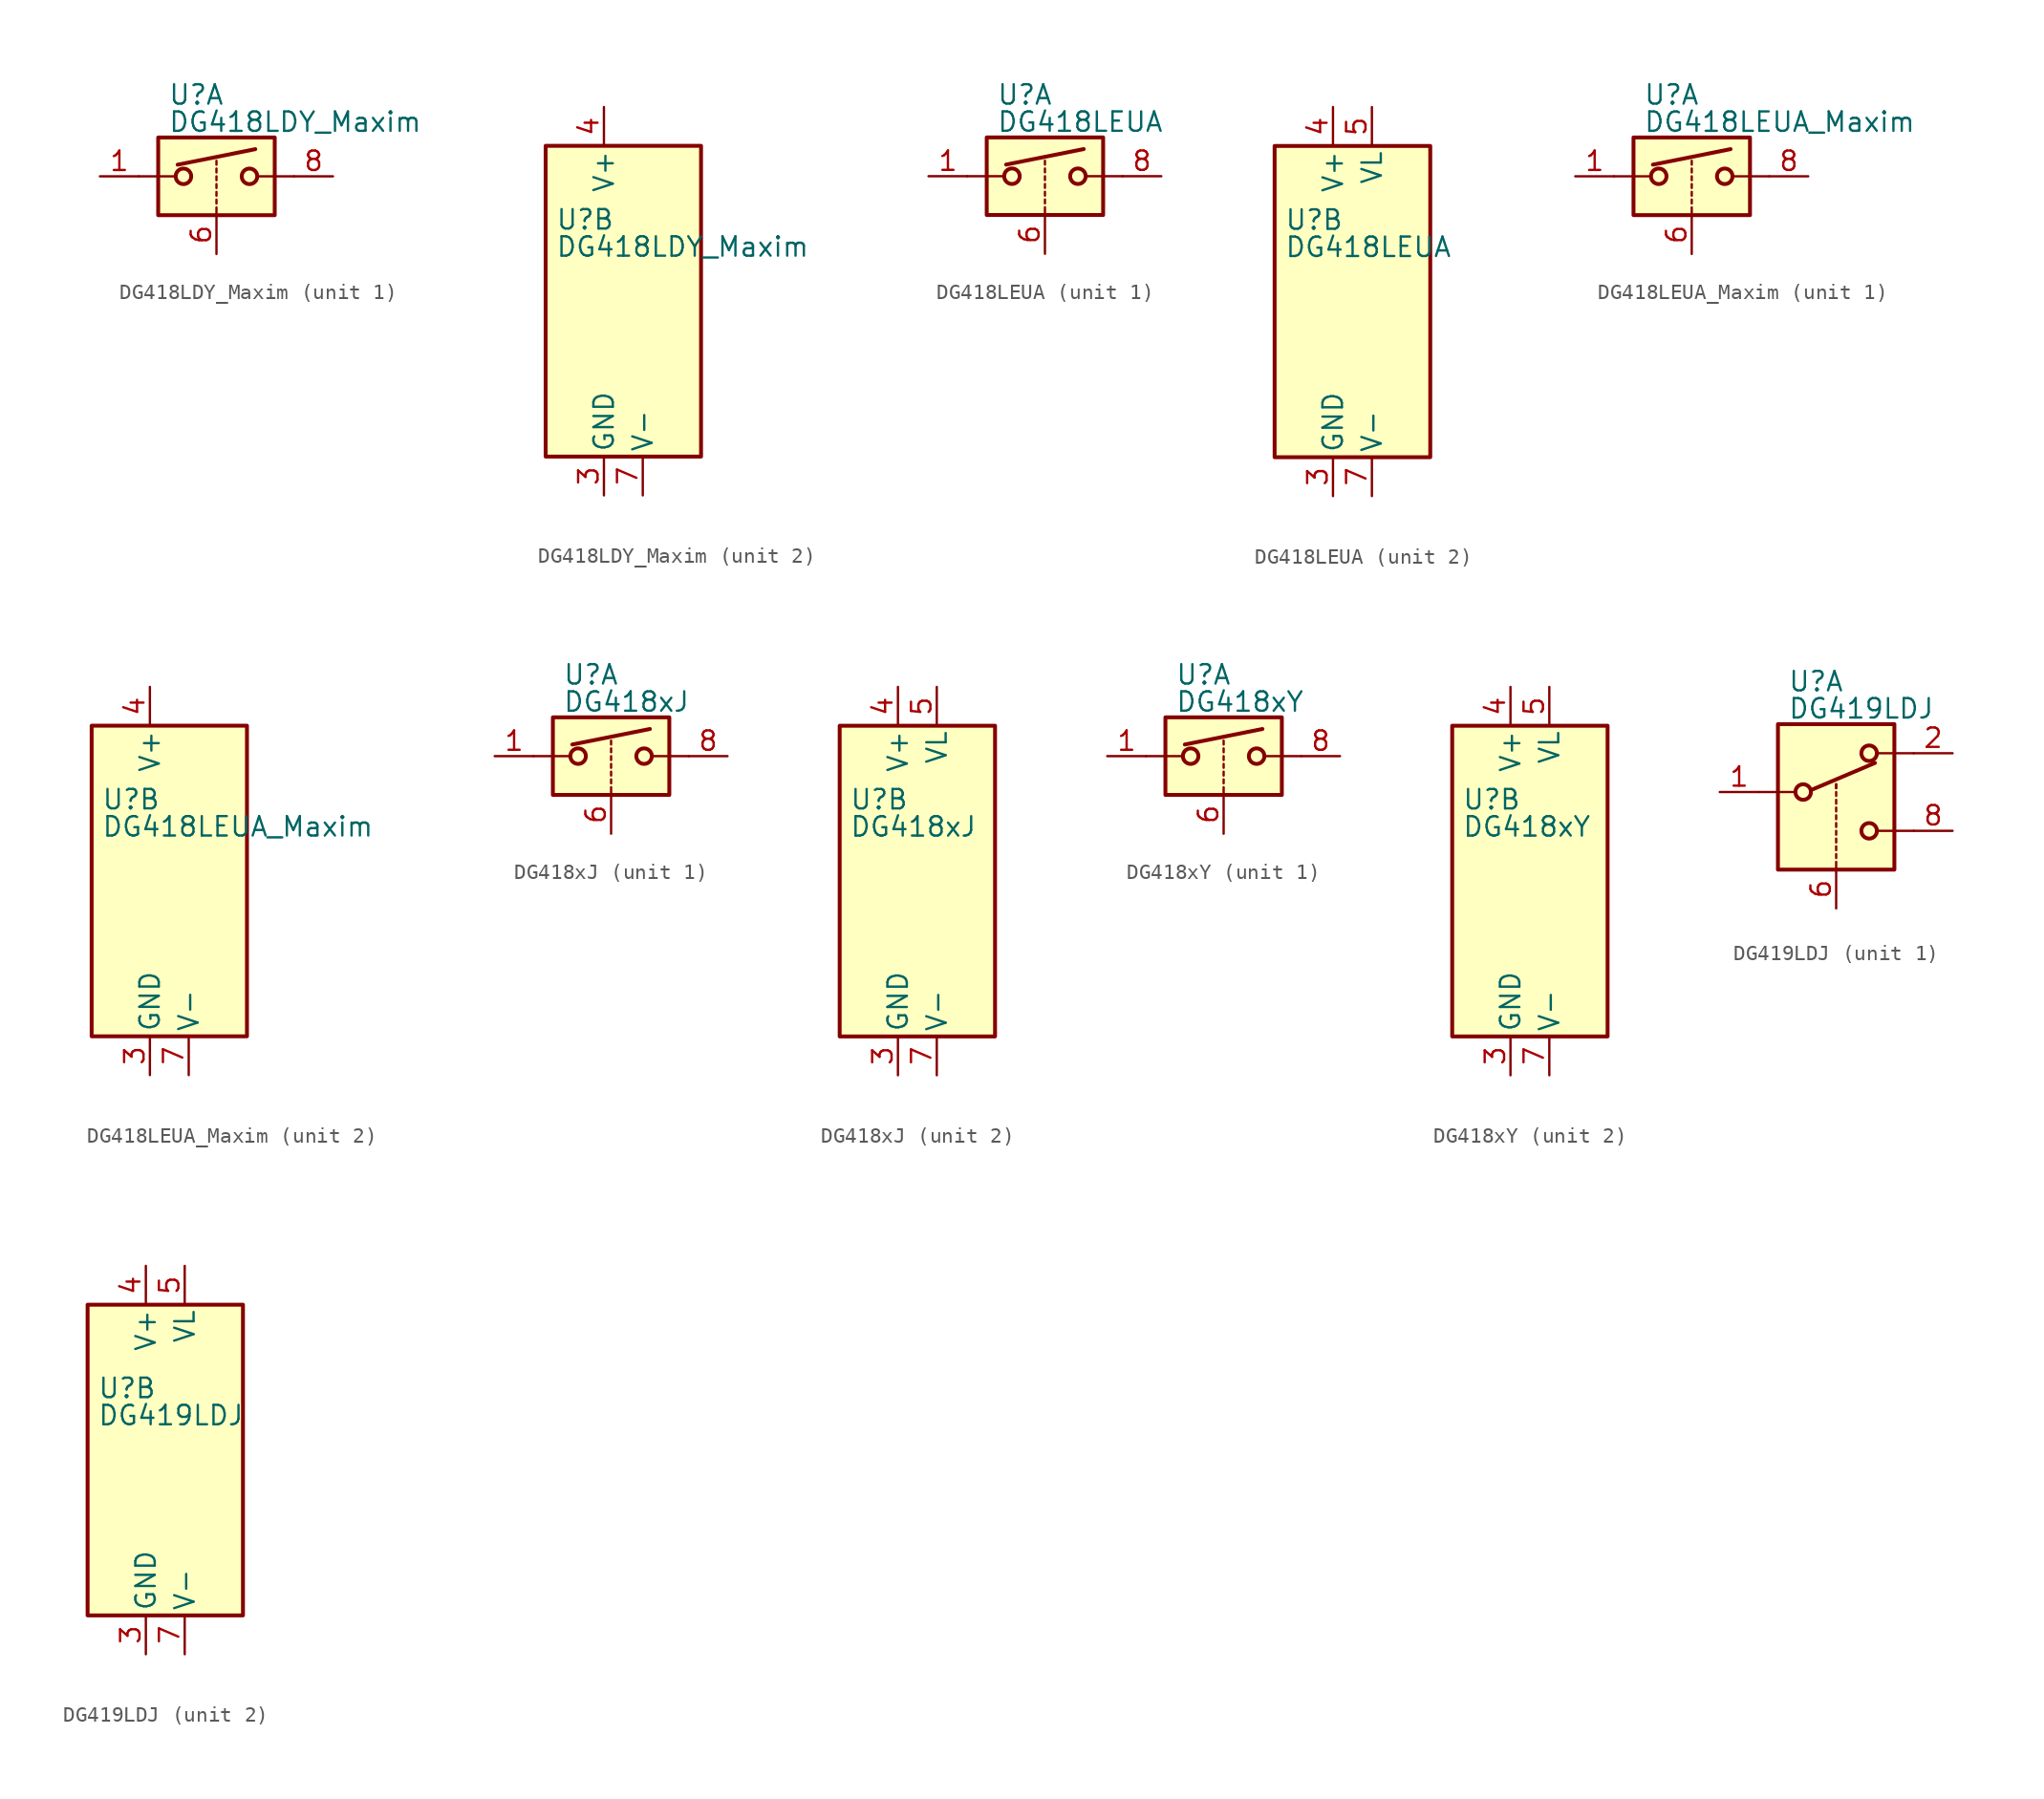
<source format=kicad_sym>
(kicad_symbol_lib
  (version 20200908)
  (generator kicad_symbol_editor)
  (symbol "Analog_Switch:DG418LDY_Maxim"
    (pin_names
      (offset 0.254))
    (property "Reference" "U"
      (at -3.175 5.334 0)
      (effects (font (size 1.27 1.27)) (justify left)))
    (property "Value" "DG418LDY_Maxim"
      (at -3.175 3.556 0)
      (effects (font (size 1.27 1.27)) (justify left)))
    (symbol "DG418LDY_Maxim_1_1"
      (circle (center -2.159 0) (radius 0.508) (stroke (width 0.254)) (fill (type none)))
      (circle (center 2.159 0) (radius 0.508) (stroke (width 0.254)) (fill (type none)))
      (rectangle (start -3.81 2.54) (end 3.81 -2.54) (stroke (width 0.254)) (fill (type background)))
      (polyline (pts (xy -5.08 0) (xy -2.794 0)) (stroke (width 0)) (fill (type none)))
      (polyline (pts (xy -2.54 0.762) (xy 2.54 1.778)) (stroke (width 0.254)) (fill (type none)))
      (polyline (pts (xy 0 -2.54) (xy 0 -2.032)) (stroke (width 0)) (fill (type none)))
      (polyline (pts (xy 0 -1.778) (xy 0 -1.524)) (stroke (width 0)) (fill (type none)))
      (polyline (pts (xy 0 -1.27) (xy 0 -1.016)) (stroke (width 0)) (fill (type none)))
      (polyline (pts (xy 0 -0.762) (xy 0 -0.508)) (stroke (width 0)) (fill (type none)))
      (polyline (pts (xy 0 -0.254) (xy 0 0)) (stroke (width 0)) (fill (type none)))
      (polyline (pts (xy 0 0.254) (xy 0 0.508)) (stroke (width 0)) (fill (type none)))
      (polyline (pts (xy 0 0.762) (xy 0 1.016)) (stroke (width 0)) (fill (type none)))
      (polyline (pts (xy 5.08 0) (xy 2.794 0)) (stroke (width 0)) (fill (type none)))
      (pin passive line (at -7.62 0 0) (length 2.54) (name "~" (effects (font (size 1.27 1.27)))) (number "1" (effects (font (size 1.27 1.27)))))
      (pin input line (at 0 -5.08 90) (length 2.54) (name "~" (effects (font (size 1.27 1.27)))) (number "6" (effects (font (size 1.27 1.27)))))
      (pin passive line (at 7.62 0 180) (length 2.54) (name "~" (effects (font (size 1.27 1.27)))) (number "8" (effects (font (size 1.27 1.27))))))
    (symbol "DG418LDY_Maxim_2_1"
      (rectangle (start -3.81 10.16) (end 6.35 -10.16) (stroke (width 0.254)) (fill (type background))))
    (symbol "DG418LDY_Maxim_2_0"
      (pin unconnected line (at -2.54 10.16 270) (length 2.54) hide (name "NC" (effects (font (size 1.27 1.27)))) (number "2" (effects (font (size 1.27 1.27)))))
      (pin power_in line (at 0 -12.7 90) (length 2.54) (name "GND" (effects (font (size 1.27 1.27)))) (number "3" (effects (font (size 1.27 1.27)))))
      (pin power_in line (at 0 12.7 270) (length 2.54) (name "V+" (effects (font (size 1.27 1.27)))) (number "4" (effects (font (size 1.27 1.27)))))
      (pin unconnected line (at 2.54 10.16 270) (length 2.54) hide (name "NC" (effects (font (size 1.27 1.27)))) (number "5" (effects (font (size 1.27 1.27)))))
      (pin power_in line (at 2.54 -12.7 90) (length 2.54) (name "V-" (effects (font (size 1.27 1.27)))) (number "7" (effects (font (size 1.27 1.27)))))))
  (symbol "Analog_Switch:DG418LEUA"
    (pin_names
      (offset 0.254))
    (property "Reference" "U"
      (at -3.175 5.334 0)
      (effects (font (size 1.27 1.27)) (justify left)))
    (property "Value" "DG418LEUA"
      (at -3.175 3.556 0)
      (effects (font (size 1.27 1.27)) (justify left)))
    (symbol "DG418LEUA_1_1"
      (circle (center -2.159 0) (radius 0.508) (stroke (width 0.254)) (fill (type none)))
      (circle (center 2.159 0) (radius 0.508) (stroke (width 0.254)) (fill (type none)))
      (rectangle (start -3.81 2.54) (end 3.81 -2.54) (stroke (width 0.254)) (fill (type background)))
      (polyline (pts (xy -5.08 0) (xy -2.794 0)) (stroke (width 0)) (fill (type none)))
      (polyline (pts (xy -2.54 0.762) (xy 2.54 1.778)) (stroke (width 0.254)) (fill (type none)))
      (polyline (pts (xy 0 -2.54) (xy 0 -2.032)) (stroke (width 0)) (fill (type none)))
      (polyline (pts (xy 0 -1.778) (xy 0 -1.524)) (stroke (width 0)) (fill (type none)))
      (polyline (pts (xy 0 -1.27) (xy 0 -1.016)) (stroke (width 0)) (fill (type none)))
      (polyline (pts (xy 0 -0.762) (xy 0 -0.508)) (stroke (width 0)) (fill (type none)))
      (polyline (pts (xy 0 -0.254) (xy 0 0)) (stroke (width 0)) (fill (type none)))
      (polyline (pts (xy 0 0.254) (xy 0 0.508)) (stroke (width 0)) (fill (type none)))
      (polyline (pts (xy 0 0.762) (xy 0 1.016)) (stroke (width 0)) (fill (type none)))
      (polyline (pts (xy 5.08 0) (xy 2.794 0)) (stroke (width 0)) (fill (type none)))
      (pin passive line (at -7.62 0 0) (length 2.54) (name "~" (effects (font (size 1.27 1.27)))) (number "1" (effects (font (size 1.27 1.27)))))
      (pin input line (at 0 -5.08 90) (length 2.54) (name "~" (effects (font (size 1.27 1.27)))) (number "6" (effects (font (size 1.27 1.27)))))
      (pin passive line (at 7.62 0 180) (length 2.54) (name "~" (effects (font (size 1.27 1.27)))) (number "8" (effects (font (size 1.27 1.27))))))
    (symbol "DG418LEUA_2_1"
      (rectangle (start -3.81 10.16) (end 6.35 -10.16) (stroke (width 0.254)) (fill (type background))))
    (symbol "DG418LEUA_2_0"
      (pin unconnected line (at -2.54 10.16 270) (length 2.54) hide (name "NC" (effects (font (size 1.27 1.27)))) (number "2" (effects (font (size 1.27 1.27)))))
      (pin power_in line (at 0 -12.7 90) (length 2.54) (name "GND" (effects (font (size 1.27 1.27)))) (number "3" (effects (font (size 1.27 1.27)))))
      (pin power_in line (at 0 12.7 270) (length 2.54) (name "V+" (effects (font (size 1.27 1.27)))) (number "4" (effects (font (size 1.27 1.27)))))
      (pin power_in line (at 2.54 12.7 270) (length 2.54) (name "VL" (effects (font (size 1.27 1.27)))) (number "5" (effects (font (size 1.27 1.27)))))
      (pin power_in line (at 2.54 -12.7 90) (length 2.54) (name "V-" (effects (font (size 1.27 1.27)))) (number "7" (effects (font (size 1.27 1.27)))))))
  (symbol "Analog_Switch:DG418LEUA_Maxim"
    (pin_names
      (offset 0.254))
    (property "Reference" "U"
      (at -3.175 5.334 0)
      (effects (font (size 1.27 1.27)) (justify left)))
    (property "Value" "DG418LEUA_Maxim"
      (at -3.175 3.556 0)
      (effects (font (size 1.27 1.27)) (justify left)))
    (symbol "DG418LEUA_Maxim_1_1"
      (circle (center -2.159 0) (radius 0.508) (stroke (width 0.254)) (fill (type none)))
      (circle (center 2.159 0) (radius 0.508) (stroke (width 0.254)) (fill (type none)))
      (rectangle (start -3.81 2.54) (end 3.81 -2.54) (stroke (width 0.254)) (fill (type background)))
      (polyline (pts (xy -5.08 0) (xy -2.794 0)) (stroke (width 0)) (fill (type none)))
      (polyline (pts (xy -2.54 0.762) (xy 2.54 1.778)) (stroke (width 0.254)) (fill (type none)))
      (polyline (pts (xy 0 -2.54) (xy 0 -2.032)) (stroke (width 0)) (fill (type none)))
      (polyline (pts (xy 0 -1.778) (xy 0 -1.524)) (stroke (width 0)) (fill (type none)))
      (polyline (pts (xy 0 -1.27) (xy 0 -1.016)) (stroke (width 0)) (fill (type none)))
      (polyline (pts (xy 0 -0.762) (xy 0 -0.508)) (stroke (width 0)) (fill (type none)))
      (polyline (pts (xy 0 -0.254) (xy 0 0)) (stroke (width 0)) (fill (type none)))
      (polyline (pts (xy 0 0.254) (xy 0 0.508)) (stroke (width 0)) (fill (type none)))
      (polyline (pts (xy 0 0.762) (xy 0 1.016)) (stroke (width 0)) (fill (type none)))
      (polyline (pts (xy 5.08 0) (xy 2.794 0)) (stroke (width 0)) (fill (type none)))
      (pin passive line (at -7.62 0 0) (length 2.54) (name "~" (effects (font (size 1.27 1.27)))) (number "1" (effects (font (size 1.27 1.27)))))
      (pin input line (at 0 -5.08 90) (length 2.54) (name "~" (effects (font (size 1.27 1.27)))) (number "6" (effects (font (size 1.27 1.27)))))
      (pin passive line (at 7.62 0 180) (length 2.54) (name "~" (effects (font (size 1.27 1.27)))) (number "8" (effects (font (size 1.27 1.27))))))
    (symbol "DG418LEUA_Maxim_2_1"
      (rectangle (start -3.81 10.16) (end 6.35 -10.16) (stroke (width 0.254)) (fill (type background))))
    (symbol "DG418LEUA_Maxim_2_0"
      (pin unconnected line (at -2.54 10.16 270) (length 2.54) hide (name "NC" (effects (font (size 1.27 1.27)))) (number "2" (effects (font (size 1.27 1.27)))))
      (pin power_in line (at 0 -12.7 90) (length 2.54) (name "GND" (effects (font (size 1.27 1.27)))) (number "3" (effects (font (size 1.27 1.27)))))
      (pin power_in line (at 0 12.7 270) (length 2.54) (name "V+" (effects (font (size 1.27 1.27)))) (number "4" (effects (font (size 1.27 1.27)))))
      (pin unconnected line (at 2.54 10.16 270) (length 2.54) hide (name "NC" (effects (font (size 1.27 1.27)))) (number "5" (effects (font (size 1.27 1.27)))))
      (pin power_in line (at 2.54 -12.7 90) (length 2.54) (name "V-" (effects (font (size 1.27 1.27)))) (number "7" (effects (font (size 1.27 1.27)))))))
  (symbol "Analog_Switch:DG418xJ"
    (pin_names
      (offset 0.254))
    (property "Reference" "U"
      (at -3.175 5.334 0)
      (effects (font (size 1.27 1.27)) (justify left)))
    (property "Value" "DG418xJ"
      (at -3.175 3.556 0)
      (effects (font (size 1.27 1.27)) (justify left)))
    (symbol "DG418xJ_1_1"
      (circle (center -2.159 0) (radius 0.508) (stroke (width 0.254)) (fill (type none)))
      (circle (center 2.159 0) (radius 0.508) (stroke (width 0.254)) (fill (type none)))
      (rectangle (start -3.81 2.54) (end 3.81 -2.54) (stroke (width 0.254)) (fill (type background)))
      (polyline (pts (xy -5.08 0) (xy -2.794 0)) (stroke (width 0)) (fill (type none)))
      (polyline (pts (xy -2.54 0.762) (xy 2.54 1.778)) (stroke (width 0.254)) (fill (type none)))
      (polyline (pts (xy 0 -2.54) (xy 0 -2.032)) (stroke (width 0)) (fill (type none)))
      (polyline (pts (xy 0 -1.778) (xy 0 -1.524)) (stroke (width 0)) (fill (type none)))
      (polyline (pts (xy 0 -1.27) (xy 0 -1.016)) (stroke (width 0)) (fill (type none)))
      (polyline (pts (xy 0 -0.762) (xy 0 -0.508)) (stroke (width 0)) (fill (type none)))
      (polyline (pts (xy 0 -0.254) (xy 0 0)) (stroke (width 0)) (fill (type none)))
      (polyline (pts (xy 0 0.254) (xy 0 0.508)) (stroke (width 0)) (fill (type none)))
      (polyline (pts (xy 0 0.762) (xy 0 1.016)) (stroke (width 0)) (fill (type none)))
      (polyline (pts (xy 5.08 0) (xy 2.794 0)) (stroke (width 0)) (fill (type none)))
      (pin passive line (at -7.62 0 0) (length 2.54) (name "~" (effects (font (size 1.27 1.27)))) (number "1" (effects (font (size 1.27 1.27)))))
      (pin input line (at 0 -5.08 90) (length 2.54) (name "~" (effects (font (size 1.27 1.27)))) (number "6" (effects (font (size 1.27 1.27)))))
      (pin passive line (at 7.62 0 180) (length 2.54) (name "~" (effects (font (size 1.27 1.27)))) (number "8" (effects (font (size 1.27 1.27))))))
    (symbol "DG418xJ_2_1"
      (rectangle (start -3.81 10.16) (end 6.35 -10.16) (stroke (width 0.254)) (fill (type background))))
    (symbol "DG418xJ_2_0"
      (pin unconnected line (at -2.54 10.16 270) (length 2.54) hide (name "NC" (effects (font (size 1.27 1.27)))) (number "2" (effects (font (size 1.27 1.27)))))
      (pin power_in line (at 0 -12.7 90) (length 2.54) (name "GND" (effects (font (size 1.27 1.27)))) (number "3" (effects (font (size 1.27 1.27)))))
      (pin power_in line (at 0 12.7 270) (length 2.54) (name "V+" (effects (font (size 1.27 1.27)))) (number "4" (effects (font (size 1.27 1.27)))))
      (pin power_in line (at 2.54 12.7 270) (length 2.54) (name "VL" (effects (font (size 1.27 1.27)))) (number "5" (effects (font (size 1.27 1.27)))))
      (pin power_in line (at 2.54 -12.7 90) (length 2.54) (name "V-" (effects (font (size 1.27 1.27)))) (number "7" (effects (font (size 1.27 1.27)))))))
  (symbol "Analog_Switch:DG418xY"
    (pin_names
      (offset 0.254))
    (property "Reference" "U"
      (at -3.175 5.334 0)
      (effects (font (size 1.27 1.27)) (justify left)))
    (property "Value" "DG418xY"
      (at -3.175 3.556 0)
      (effects (font (size 1.27 1.27)) (justify left)))
    (symbol "DG418xY_1_1"
      (circle (center -2.159 0) (radius 0.508) (stroke (width 0.254)) (fill (type none)))
      (circle (center 2.159 0) (radius 0.508) (stroke (width 0.254)) (fill (type none)))
      (rectangle (start -3.81 2.54) (end 3.81 -2.54) (stroke (width 0.254)) (fill (type background)))
      (polyline (pts (xy -5.08 0) (xy -2.794 0)) (stroke (width 0)) (fill (type none)))
      (polyline (pts (xy -2.54 0.762) (xy 2.54 1.778)) (stroke (width 0.254)) (fill (type none)))
      (polyline (pts (xy 0 -2.54) (xy 0 -2.032)) (stroke (width 0)) (fill (type none)))
      (polyline (pts (xy 0 -1.778) (xy 0 -1.524)) (stroke (width 0)) (fill (type none)))
      (polyline (pts (xy 0 -1.27) (xy 0 -1.016)) (stroke (width 0)) (fill (type none)))
      (polyline (pts (xy 0 -0.762) (xy 0 -0.508)) (stroke (width 0)) (fill (type none)))
      (polyline (pts (xy 0 -0.254) (xy 0 0)) (stroke (width 0)) (fill (type none)))
      (polyline (pts (xy 0 0.254) (xy 0 0.508)) (stroke (width 0)) (fill (type none)))
      (polyline (pts (xy 0 0.762) (xy 0 1.016)) (stroke (width 0)) (fill (type none)))
      (polyline (pts (xy 5.08 0) (xy 2.794 0)) (stroke (width 0)) (fill (type none)))
      (pin passive line (at -7.62 0 0) (length 2.54) (name "~" (effects (font (size 1.27 1.27)))) (number "1" (effects (font (size 1.27 1.27)))))
      (pin input line (at 0 -5.08 90) (length 2.54) (name "~" (effects (font (size 1.27 1.27)))) (number "6" (effects (font (size 1.27 1.27)))))
      (pin passive line (at 7.62 0 180) (length 2.54) (name "~" (effects (font (size 1.27 1.27)))) (number "8" (effects (font (size 1.27 1.27))))))
    (symbol "DG418xY_2_1"
      (rectangle (start -3.81 10.16) (end 6.35 -10.16) (stroke (width 0.254)) (fill (type background))))
    (symbol "DG418xY_2_0"
      (pin unconnected line (at -2.54 10.16 270) (length 2.54) hide (name "NC" (effects (font (size 1.27 1.27)))) (number "2" (effects (font (size 1.27 1.27)))))
      (pin power_in line (at 0 -12.7 90) (length 2.54) (name "GND" (effects (font (size 1.27 1.27)))) (number "3" (effects (font (size 1.27 1.27)))))
      (pin power_in line (at 0 12.7 270) (length 2.54) (name "V+" (effects (font (size 1.27 1.27)))) (number "4" (effects (font (size 1.27 1.27)))))
      (pin power_in line (at 2.54 12.7 270) (length 2.54) (name "VL" (effects (font (size 1.27 1.27)))) (number "5" (effects (font (size 1.27 1.27)))))
      (pin power_in line (at 2.54 -12.7 90) (length 2.54) (name "V-" (effects (font (size 1.27 1.27)))) (number "7" (effects (font (size 1.27 1.27)))))))
  (symbol "Analog_Switch:DG419LDJ"
    (pin_names
      (offset 0.254))
    (property "Reference" "U"
      (at -3.175 4.699 0)
      (effects (font (size 1.27 1.27)) (justify left)))
    (property "Value" "DG419LDJ"
      (at -3.175 2.921 0)
      (effects (font (size 1.27 1.27)) (justify left)))
    (symbol "DG419LDJ_1_1"
      (circle (center -2.159 -2.54) (radius 0.508) (stroke (width 0.254)) (fill (type none)))
      (circle (center 2.159 -5.08) (radius 0.508) (stroke (width 0.254)) (fill (type none)))
      (circle (center 2.159 0) (radius 0.508) (stroke (width 0.254)) (fill (type none)))
      (rectangle (start -3.81 1.905) (end 3.81 -7.62) (stroke (width 0.254)) (fill (type background)))
      (polyline (pts (xy -5.08 -2.54) (xy -2.794 -2.54)) (stroke (width 0)) (fill (type none)))
      (polyline (pts (xy -1.651 -2.413) (xy 2.54 -0.635)) (stroke (width 0.254)) (fill (type none)))
      (polyline (pts (xy 0 -7.62) (xy 0 -7.112)) (stroke (width 0)) (fill (type none)))
      (polyline (pts (xy 0 -6.858) (xy 0 -6.604)) (stroke (width 0)) (fill (type none)))
      (polyline (pts (xy 0 -6.35) (xy 0 -6.096)) (stroke (width 0)) (fill (type none)))
      (polyline (pts (xy 0 -5.842) (xy 0 -5.588)) (stroke (width 0)) (fill (type none)))
      (polyline (pts (xy 0 -5.334) (xy 0 -5.08)) (stroke (width 0)) (fill (type none)))
      (polyline (pts (xy 0 -4.826) (xy 0 -4.572)) (stroke (width 0)) (fill (type none)))
      (polyline (pts (xy 0 -4.318) (xy 0 -4.064)) (stroke (width 0)) (fill (type none)))
      (polyline (pts (xy 0 -3.81) (xy 0 -3.556)) (stroke (width 0)) (fill (type none)))
      (polyline (pts (xy 0 -3.302) (xy 0 -3.048)) (stroke (width 0)) (fill (type none)))
      (polyline (pts (xy 0 -2.794) (xy 0 -2.54)) (stroke (width 0)) (fill (type none)))
      (polyline (pts (xy 0 -2.286) (xy 0 -2.032)) (stroke (width 0)) (fill (type none)))
      (polyline (pts (xy 0 -2.286) (xy 0 -2.032)) (stroke (width 0)) (fill (type none)))
      (polyline (pts (xy 5.08 -5.08) (xy 2.794 -5.08)) (stroke (width 0)) (fill (type none)))
      (polyline (pts (xy 5.08 0) (xy 2.794 0)) (stroke (width 0)) (fill (type none)))
      (pin passive line (at -7.62 -2.54 0) (length 2.54) (name "~" (effects (font (size 1.27 1.27)))) (number "1" (effects (font (size 1.27 1.27)))))
      (pin passive line (at 7.62 0 180) (length 2.54) (name "~" (effects (font (size 1.27 1.27)))) (number "2" (effects (font (size 1.27 1.27)))))
      (pin input line (at 0 -10.16 90) (length 2.54) (name "~" (effects (font (size 1.27 1.27)))) (number "6" (effects (font (size 1.27 1.27)))))
      (pin passive line (at 7.62 -5.08 180) (length 2.54) (name "~" (effects (font (size 1.27 1.27)))) (number "8" (effects (font (size 1.27 1.27))))))
    (symbol "DG419LDJ_2_1"
      (rectangle (start -3.81 10.16) (end 6.35 -10.16) (stroke (width 0.254)) (fill (type background))))
    (symbol "DG419LDJ_2_0"
      (pin power_in line (at 0 -12.7 90) (length 2.54) (name "GND" (effects (font (size 1.27 1.27)))) (number "3" (effects (font (size 1.27 1.27)))))
      (pin power_in line (at 0 12.7 270) (length 2.54) (name "V+" (effects (font (size 1.27 1.27)))) (number "4" (effects (font (size 1.27 1.27)))))
      (pin power_in line (at 2.54 12.7 270) (length 2.54) (name "VL" (effects (font (size 1.27 1.27)))) (number "5" (effects (font (size 1.27 1.27)))))
      (pin power_in line (at 2.54 -12.7 90) (length 2.54) (name "V-" (effects (font (size 1.27 1.27)))) (number "7" (effects (font (size 1.27 1.27))))))))
</source>
